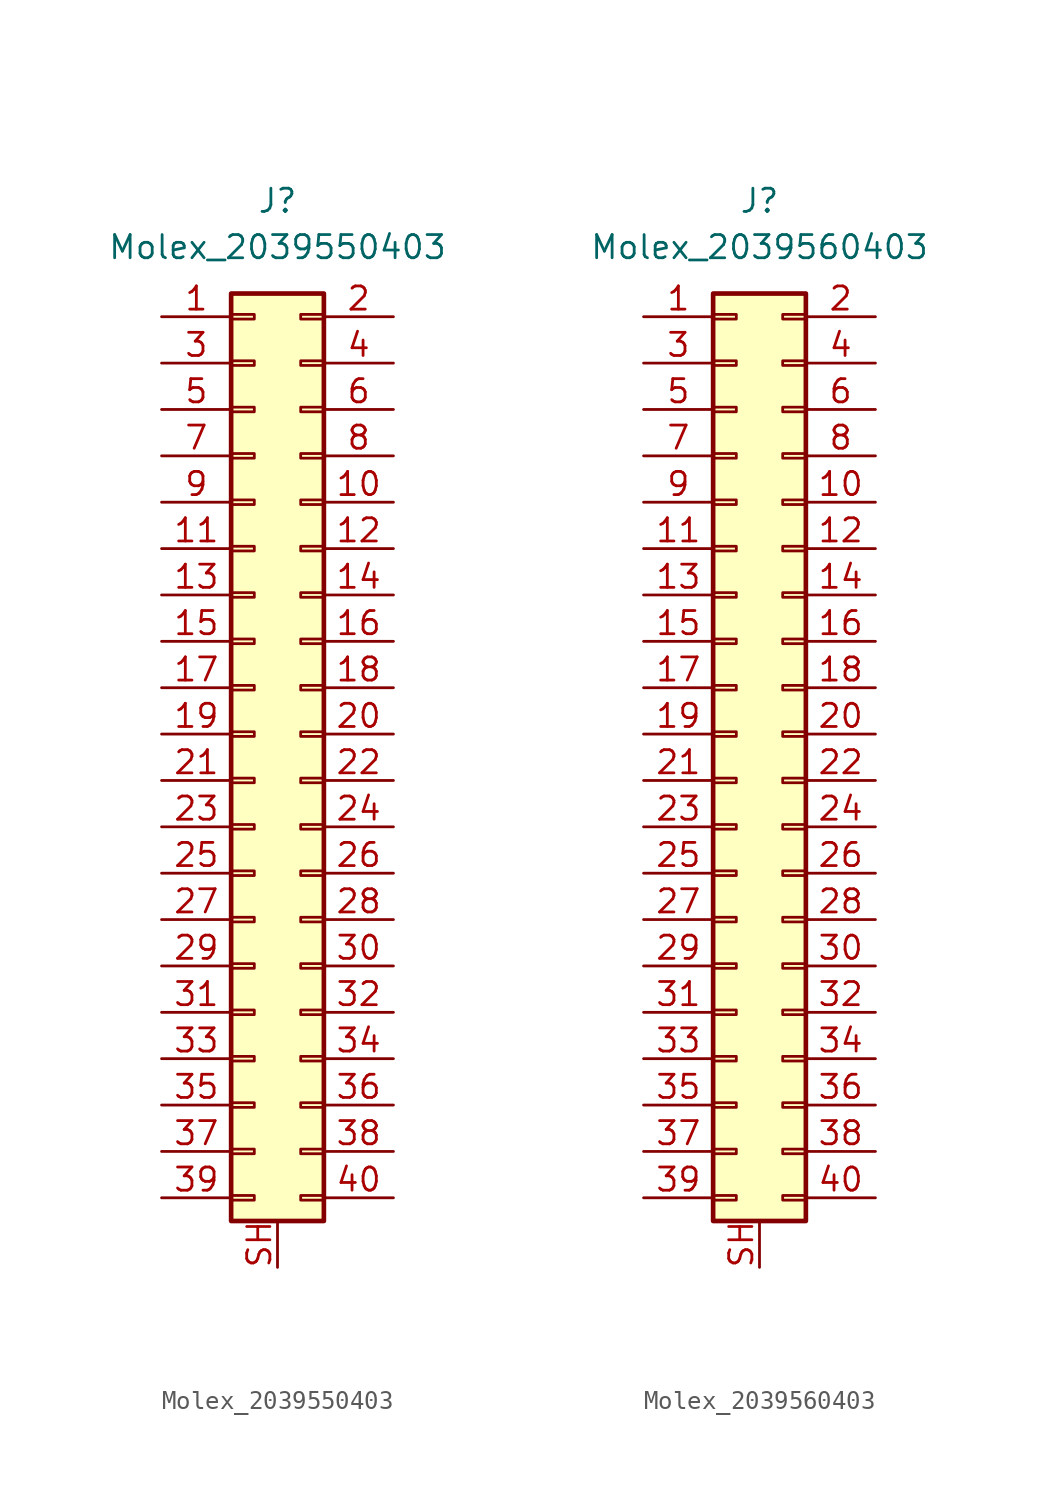
<source format=kicad_sym>
(kicad_symbol_lib
  (version 20211014)
  (generator kicad_symbol_editor)
  (symbol "Molex_2039550403"
    (pin_names
      (offset 1.016) hide)
    (property "Reference" "J"
      (at 0 29.21 0)
      (effects (font (size 1.27 1.27))))
    (property "Value" "Molex_2039550403"
      (at 0 26.67 0)
      (effects (font (size 1.27 1.27))))
    (symbol "Molex_2039550403_1_1"
      (rectangle (start -2.54 -25.273) (end -1.27 -25.527) (stroke (width 0.152) (type default) (color 0 0 0 0)) (fill (type none)))
      (rectangle (start -2.54 -22.733) (end -1.27 -22.987) (stroke (width 0.152) (type default) (color 0 0 0 0)) (fill (type none)))
      (rectangle (start -2.54 -20.193) (end -1.27 -20.447) (stroke (width 0.152) (type default) (color 0 0 0 0)) (fill (type none)))
      (rectangle (start -2.54 -17.653) (end -1.27 -17.907) (stroke (width 0.152) (type default) (color 0 0 0 0)) (fill (type none)))
      (rectangle (start -2.54 -15.113) (end -1.27 -15.367) (stroke (width 0.152) (type default) (color 0 0 0 0)) (fill (type none)))
      (rectangle (start -2.54 -12.573) (end -1.27 -12.827) (stroke (width 0.152) (type default) (color 0 0 0 0)) (fill (type none)))
      (rectangle (start -2.54 -10.033) (end -1.27 -10.287) (stroke (width 0.152) (type default) (color 0 0 0 0)) (fill (type none)))
      (rectangle (start -2.54 -7.493) (end -1.27 -7.747) (stroke (width 0.152) (type default) (color 0 0 0 0)) (fill (type none)))
      (rectangle (start -2.54 -4.953) (end -1.27 -5.207) (stroke (width 0.152) (type default) (color 0 0 0 0)) (fill (type none)))
      (rectangle (start -2.54 -2.413) (end -1.27 -2.667) (stroke (width 0.152) (type default) (color 0 0 0 0)) (fill (type none)))
      (rectangle (start -2.54 0.127) (end -1.27 -0.127) (stroke (width 0.152) (type default) (color 0 0 0 0)) (fill (type none)))
      (rectangle (start -2.54 2.667) (end -1.27 2.413) (stroke (width 0.152) (type default) (color 0 0 0 0)) (fill (type none)))
      (rectangle (start -2.54 5.207) (end -1.27 4.953) (stroke (width 0.152) (type default) (color 0 0 0 0)) (fill (type none)))
      (rectangle (start -2.54 7.747) (end -1.27 7.493) (stroke (width 0.152) (type default) (color 0 0 0 0)) (fill (type none)))
      (rectangle (start -2.54 10.287) (end -1.27 10.033) (stroke (width 0.152) (type default) (color 0 0 0 0)) (fill (type none)))
      (rectangle (start -2.54 12.827) (end -1.27 12.573) (stroke (width 0.152) (type default) (color 0 0 0 0)) (fill (type none)))
      (rectangle (start -2.54 15.367) (end -1.27 15.113) (stroke (width 0.152) (type default) (color 0 0 0 0)) (fill (type none)))
      (rectangle (start -2.54 17.907) (end -1.27 17.653) (stroke (width 0.152) (type default) (color 0 0 0 0)) (fill (type none)))
      (rectangle (start -2.54 20.447) (end -1.27 20.193) (stroke (width 0.152) (type default) (color 0 0 0 0)) (fill (type none)))
      (rectangle (start -2.54 22.987) (end -1.27 22.733) (stroke (width 0.152) (type default) (color 0 0 0 0)) (fill (type none)))
      (rectangle (start -2.54 24.13) (end 2.54 -26.67) (stroke (width 0.254) (type default) (color 0 0 0 0)) (fill (type background)))
      (rectangle (start 2.54 -25.273) (end 1.27 -25.527) (stroke (width 0.152) (type default) (color 0 0 0 0)) (fill (type none)))
      (rectangle (start 2.54 -22.733) (end 1.27 -22.987) (stroke (width 0.152) (type default) (color 0 0 0 0)) (fill (type none)))
      (rectangle (start 2.54 -20.193) (end 1.27 -20.447) (stroke (width 0.152) (type default) (color 0 0 0 0)) (fill (type none)))
      (rectangle (start 2.54 -17.653) (end 1.27 -17.907) (stroke (width 0.152) (type default) (color 0 0 0 0)) (fill (type none)))
      (rectangle (start 2.54 -15.113) (end 1.27 -15.367) (stroke (width 0.152) (type default) (color 0 0 0 0)) (fill (type none)))
      (rectangle (start 2.54 -12.573) (end 1.27 -12.827) (stroke (width 0.152) (type default) (color 0 0 0 0)) (fill (type none)))
      (rectangle (start 2.54 -10.033) (end 1.27 -10.287) (stroke (width 0.152) (type default) (color 0 0 0 0)) (fill (type none)))
      (rectangle (start 2.54 -7.493) (end 1.27 -7.747) (stroke (width 0.152) (type default) (color 0 0 0 0)) (fill (type none)))
      (rectangle (start 2.54 -4.953) (end 1.27 -5.207) (stroke (width 0.152) (type default) (color 0 0 0 0)) (fill (type none)))
      (rectangle (start 2.54 -2.413) (end 1.27 -2.667) (stroke (width 0.152) (type default) (color 0 0 0 0)) (fill (type none)))
      (rectangle (start 2.54 0.127) (end 1.27 -0.127) (stroke (width 0.152) (type default) (color 0 0 0 0)) (fill (type none)))
      (rectangle (start 2.54 2.667) (end 1.27 2.413) (stroke (width 0.152) (type default) (color 0 0 0 0)) (fill (type none)))
      (rectangle (start 2.54 5.207) (end 1.27 4.953) (stroke (width 0.152) (type default) (color 0 0 0 0)) (fill (type none)))
      (rectangle (start 2.54 7.747) (end 1.27 7.493) (stroke (width 0.152) (type default) (color 0 0 0 0)) (fill (type none)))
      (rectangle (start 2.54 10.287) (end 1.27 10.033) (stroke (width 0.152) (type default) (color 0 0 0 0)) (fill (type none)))
      (rectangle (start 2.54 12.827) (end 1.27 12.573) (stroke (width 0.152) (type default) (color 0 0 0 0)) (fill (type none)))
      (rectangle (start 2.54 15.367) (end 1.27 15.113) (stroke (width 0.152) (type default) (color 0 0 0 0)) (fill (type none)))
      (rectangle (start 2.54 17.907) (end 1.27 17.653) (stroke (width 0.152) (type default) (color 0 0 0 0)) (fill (type none)))
      (rectangle (start 2.54 20.447) (end 1.27 20.193) (stroke (width 0.152) (type default) (color 0 0 0 0)) (fill (type none)))
      (rectangle (start 2.54 22.987) (end 1.27 22.733) (stroke (width 0.152) (type default) (color 0 0 0 0)) (fill (type none)))
      (pin passive line (at -6.35 22.86 0) (length 3.81) (name "Pin_1" (effects (font (size 1.27 1.27)))) (number "1" (effects (font (size 1.27 1.27)))))
      (pin passive line (at 6.35 12.7 180) (length 3.81) (name "Pin_10" (effects (font (size 1.27 1.27)))) (number "10" (effects (font (size 1.27 1.27)))))
      (pin passive line (at -6.35 10.16 0) (length 3.81) (name "Pin_11" (effects (font (size 1.27 1.27)))) (number "11" (effects (font (size 1.27 1.27)))))
      (pin passive line (at 6.35 10.16 180) (length 3.81) (name "Pin_12" (effects (font (size 1.27 1.27)))) (number "12" (effects (font (size 1.27 1.27)))))
      (pin passive line (at -6.35 7.62 0) (length 3.81) (name "Pin_13" (effects (font (size 1.27 1.27)))) (number "13" (effects (font (size 1.27 1.27)))))
      (pin passive line (at 6.35 7.62 180) (length 3.81) (name "Pin_14" (effects (font (size 1.27 1.27)))) (number "14" (effects (font (size 1.27 1.27)))))
      (pin passive line (at -6.35 5.08 0) (length 3.81) (name "Pin_15" (effects (font (size 1.27 1.27)))) (number "15" (effects (font (size 1.27 1.27)))))
      (pin passive line (at 6.35 5.08 180) (length 3.81) (name "Pin_16" (effects (font (size 1.27 1.27)))) (number "16" (effects (font (size 1.27 1.27)))))
      (pin passive line (at -6.35 2.54 0) (length 3.81) (name "Pin_17" (effects (font (size 1.27 1.27)))) (number "17" (effects (font (size 1.27 1.27)))))
      (pin passive line (at 6.35 2.54 180) (length 3.81) (name "Pin_18" (effects (font (size 1.27 1.27)))) (number "18" (effects (font (size 1.27 1.27)))))
      (pin passive line (at -6.35 0 0) (length 3.81) (name "Pin_19" (effects (font (size 1.27 1.27)))) (number "19" (effects (font (size 1.27 1.27)))))
      (pin passive line (at 6.35 22.86 180) (length 3.81) (name "Pin_2" (effects (font (size 1.27 1.27)))) (number "2" (effects (font (size 1.27 1.27)))))
      (pin passive line (at 6.35 0 180) (length 3.81) (name "Pin_20" (effects (font (size 1.27 1.27)))) (number "20" (effects (font (size 1.27 1.27)))))
      (pin passive line (at -6.35 -2.54 0) (length 3.81) (name "Pin_21" (effects (font (size 1.27 1.27)))) (number "21" (effects (font (size 1.27 1.27)))))
      (pin passive line (at 6.35 -2.54 180) (length 3.81) (name "Pin_22" (effects (font (size 1.27 1.27)))) (number "22" (effects (font (size 1.27 1.27)))))
      (pin passive line (at -6.35 -5.08 0) (length 3.81) (name "Pin_23" (effects (font (size 1.27 1.27)))) (number "23" (effects (font (size 1.27 1.27)))))
      (pin passive line (at 6.35 -5.08 180) (length 3.81) (name "Pin_24" (effects (font (size 1.27 1.27)))) (number "24" (effects (font (size 1.27 1.27)))))
      (pin passive line (at -6.35 -7.62 0) (length 3.81) (name "Pin_25" (effects (font (size 1.27 1.27)))) (number "25" (effects (font (size 1.27 1.27)))))
      (pin passive line (at 6.35 -7.62 180) (length 3.81) (name "Pin_26" (effects (font (size 1.27 1.27)))) (number "26" (effects (font (size 1.27 1.27)))))
      (pin passive line (at -6.35 -10.16 0) (length 3.81) (name "Pin_27" (effects (font (size 1.27 1.27)))) (number "27" (effects (font (size 1.27 1.27)))))
      (pin passive line (at 6.35 -10.16 180) (length 3.81) (name "Pin_28" (effects (font (size 1.27 1.27)))) (number "28" (effects (font (size 1.27 1.27)))))
      (pin passive line (at -6.35 -12.7 0) (length 3.81) (name "Pin_29" (effects (font (size 1.27 1.27)))) (number "29" (effects (font (size 1.27 1.27)))))
      (pin passive line (at -6.35 20.32 0) (length 3.81) (name "Pin_3" (effects (font (size 1.27 1.27)))) (number "3" (effects (font (size 1.27 1.27)))))
      (pin passive line (at 6.35 -12.7 180) (length 3.81) (name "Pin_30" (effects (font (size 1.27 1.27)))) (number "30" (effects (font (size 1.27 1.27)))))
      (pin passive line (at -6.35 -15.24 0) (length 3.81) (name "Pin_31" (effects (font (size 1.27 1.27)))) (number "31" (effects (font (size 1.27 1.27)))))
      (pin passive line (at 6.35 -15.24 180) (length 3.81) (name "Pin_32" (effects (font (size 1.27 1.27)))) (number "32" (effects (font (size 1.27 1.27)))))
      (pin passive line (at -6.35 -17.78 0) (length 3.81) (name "Pin_33" (effects (font (size 1.27 1.27)))) (number "33" (effects (font (size 1.27 1.27)))))
      (pin passive line (at 6.35 -17.78 180) (length 3.81) (name "Pin_34" (effects (font (size 1.27 1.27)))) (number "34" (effects (font (size 1.27 1.27)))))
      (pin passive line (at -6.35 -20.32 0) (length 3.81) (name "Pin_35" (effects (font (size 1.27 1.27)))) (number "35" (effects (font (size 1.27 1.27)))))
      (pin passive line (at 6.35 -20.32 180) (length 3.81) (name "Pin_36" (effects (font (size 1.27 1.27)))) (number "36" (effects (font (size 1.27 1.27)))))
      (pin passive line (at -6.35 -22.86 0) (length 3.81) (name "Pin_37" (effects (font (size 1.27 1.27)))) (number "37" (effects (font (size 1.27 1.27)))))
      (pin passive line (at 6.35 -22.86 180) (length 3.81) (name "Pin_38" (effects (font (size 1.27 1.27)))) (number "38" (effects (font (size 1.27 1.27)))))
      (pin passive line (at -6.35 -25.4 0) (length 3.81) (name "Pin_39" (effects (font (size 1.27 1.27)))) (number "39" (effects (font (size 1.27 1.27)))))
      (pin passive line (at 6.35 20.32 180) (length 3.81) (name "Pin_4" (effects (font (size 1.27 1.27)))) (number "4" (effects (font (size 1.27 1.27)))))
      (pin passive line (at 6.35 -25.4 180) (length 3.81) (name "Pin_40" (effects (font (size 1.27 1.27)))) (number "40" (effects (font (size 1.27 1.27)))))
      (pin passive line (at -6.35 17.78 0) (length 3.81) (name "Pin_5" (effects (font (size 1.27 1.27)))) (number "5" (effects (font (size 1.27 1.27)))))
      (pin passive line (at 6.35 17.78 180) (length 3.81) (name "Pin_6" (effects (font (size 1.27 1.27)))) (number "6" (effects (font (size 1.27 1.27)))))
      (pin passive line (at -6.35 15.24 0) (length 3.81) (name "Pin_7" (effects (font (size 1.27 1.27)))) (number "7" (effects (font (size 1.27 1.27)))))
      (pin passive line (at 6.35 15.24 180) (length 3.81) (name "Pin_8" (effects (font (size 1.27 1.27)))) (number "8" (effects (font (size 1.27 1.27)))))
      (pin passive line (at -6.35 12.7 0) (length 3.81) (name "Pin_9" (effects (font (size 1.27 1.27)))) (number "9" (effects (font (size 1.27 1.27)))))
      (pin input line (at 0 -29.21 90) (length 2.54) (name "SH" (effects (font (size 1.27 1.27)))) (number "SH" (effects (font (size 1.27 1.27)))))))
  (symbol "Molex_2039560403"
    (pin_names
      (offset 1.016) hide)
    (property "Reference" "J"
      (at 0 29.21 0)
      (effects (font (size 1.27 1.27))))
    (property "Value" "Molex_2039560403"
      (at 0 26.67 0)
      (effects (font (size 1.27 1.27))))
    (symbol "Molex_2039560403_1_1"
      (rectangle (start -2.54 -25.273) (end -1.27 -25.527) (stroke (width 0.152) (type default) (color 0 0 0 0)) (fill (type none)))
      (rectangle (start -2.54 -22.733) (end -1.27 -22.987) (stroke (width 0.152) (type default) (color 0 0 0 0)) (fill (type none)))
      (rectangle (start -2.54 -20.193) (end -1.27 -20.447) (stroke (width 0.152) (type default) (color 0 0 0 0)) (fill (type none)))
      (rectangle (start -2.54 -17.653) (end -1.27 -17.907) (stroke (width 0.152) (type default) (color 0 0 0 0)) (fill (type none)))
      (rectangle (start -2.54 -15.113) (end -1.27 -15.367) (stroke (width 0.152) (type default) (color 0 0 0 0)) (fill (type none)))
      (rectangle (start -2.54 -12.573) (end -1.27 -12.827) (stroke (width 0.152) (type default) (color 0 0 0 0)) (fill (type none)))
      (rectangle (start -2.54 -10.033) (end -1.27 -10.287) (stroke (width 0.152) (type default) (color 0 0 0 0)) (fill (type none)))
      (rectangle (start -2.54 -7.493) (end -1.27 -7.747) (stroke (width 0.152) (type default) (color 0 0 0 0)) (fill (type none)))
      (rectangle (start -2.54 -4.953) (end -1.27 -5.207) (stroke (width 0.152) (type default) (color 0 0 0 0)) (fill (type none)))
      (rectangle (start -2.54 -2.413) (end -1.27 -2.667) (stroke (width 0.152) (type default) (color 0 0 0 0)) (fill (type none)))
      (rectangle (start -2.54 0.127) (end -1.27 -0.127) (stroke (width 0.152) (type default) (color 0 0 0 0)) (fill (type none)))
      (rectangle (start -2.54 2.667) (end -1.27 2.413) (stroke (width 0.152) (type default) (color 0 0 0 0)) (fill (type none)))
      (rectangle (start -2.54 5.207) (end -1.27 4.953) (stroke (width 0.152) (type default) (color 0 0 0 0)) (fill (type none)))
      (rectangle (start -2.54 7.747) (end -1.27 7.493) (stroke (width 0.152) (type default) (color 0 0 0 0)) (fill (type none)))
      (rectangle (start -2.54 10.287) (end -1.27 10.033) (stroke (width 0.152) (type default) (color 0 0 0 0)) (fill (type none)))
      (rectangle (start -2.54 12.827) (end -1.27 12.573) (stroke (width 0.152) (type default) (color 0 0 0 0)) (fill (type none)))
      (rectangle (start -2.54 15.367) (end -1.27 15.113) (stroke (width 0.152) (type default) (color 0 0 0 0)) (fill (type none)))
      (rectangle (start -2.54 17.907) (end -1.27 17.653) (stroke (width 0.152) (type default) (color 0 0 0 0)) (fill (type none)))
      (rectangle (start -2.54 20.447) (end -1.27 20.193) (stroke (width 0.152) (type default) (color 0 0 0 0)) (fill (type none)))
      (rectangle (start -2.54 22.987) (end -1.27 22.733) (stroke (width 0.152) (type default) (color 0 0 0 0)) (fill (type none)))
      (rectangle (start -2.54 24.13) (end 2.54 -26.67) (stroke (width 0.254) (type default) (color 0 0 0 0)) (fill (type background)))
      (rectangle (start 2.54 -25.273) (end 1.27 -25.527) (stroke (width 0.152) (type default) (color 0 0 0 0)) (fill (type none)))
      (rectangle (start 2.54 -22.733) (end 1.27 -22.987) (stroke (width 0.152) (type default) (color 0 0 0 0)) (fill (type none)))
      (rectangle (start 2.54 -20.193) (end 1.27 -20.447) (stroke (width 0.152) (type default) (color 0 0 0 0)) (fill (type none)))
      (rectangle (start 2.54 -17.653) (end 1.27 -17.907) (stroke (width 0.152) (type default) (color 0 0 0 0)) (fill (type none)))
      (rectangle (start 2.54 -15.113) (end 1.27 -15.367) (stroke (width 0.152) (type default) (color 0 0 0 0)) (fill (type none)))
      (rectangle (start 2.54 -12.573) (end 1.27 -12.827) (stroke (width 0.152) (type default) (color 0 0 0 0)) (fill (type none)))
      (rectangle (start 2.54 -10.033) (end 1.27 -10.287) (stroke (width 0.152) (type default) (color 0 0 0 0)) (fill (type none)))
      (rectangle (start 2.54 -7.493) (end 1.27 -7.747) (stroke (width 0.152) (type default) (color 0 0 0 0)) (fill (type none)))
      (rectangle (start 2.54 -4.953) (end 1.27 -5.207) (stroke (width 0.152) (type default) (color 0 0 0 0)) (fill (type none)))
      (rectangle (start 2.54 -2.413) (end 1.27 -2.667) (stroke (width 0.152) (type default) (color 0 0 0 0)) (fill (type none)))
      (rectangle (start 2.54 0.127) (end 1.27 -0.127) (stroke (width 0.152) (type default) (color 0 0 0 0)) (fill (type none)))
      (rectangle (start 2.54 2.667) (end 1.27 2.413) (stroke (width 0.152) (type default) (color 0 0 0 0)) (fill (type none)))
      (rectangle (start 2.54 5.207) (end 1.27 4.953) (stroke (width 0.152) (type default) (color 0 0 0 0)) (fill (type none)))
      (rectangle (start 2.54 7.747) (end 1.27 7.493) (stroke (width 0.152) (type default) (color 0 0 0 0)) (fill (type none)))
      (rectangle (start 2.54 10.287) (end 1.27 10.033) (stroke (width 0.152) (type default) (color 0 0 0 0)) (fill (type none)))
      (rectangle (start 2.54 12.827) (end 1.27 12.573) (stroke (width 0.152) (type default) (color 0 0 0 0)) (fill (type none)))
      (rectangle (start 2.54 15.367) (end 1.27 15.113) (stroke (width 0.152) (type default) (color 0 0 0 0)) (fill (type none)))
      (rectangle (start 2.54 17.907) (end 1.27 17.653) (stroke (width 0.152) (type default) (color 0 0 0 0)) (fill (type none)))
      (rectangle (start 2.54 20.447) (end 1.27 20.193) (stroke (width 0.152) (type default) (color 0 0 0 0)) (fill (type none)))
      (rectangle (start 2.54 22.987) (end 1.27 22.733) (stroke (width 0.152) (type default) (color 0 0 0 0)) (fill (type none)))
      (pin passive line (at -6.35 22.86 0) (length 3.81) (name "Pin_1" (effects (font (size 1.27 1.27)))) (number "1" (effects (font (size 1.27 1.27)))))
      (pin passive line (at 6.35 12.7 180) (length 3.81) (name "Pin_10" (effects (font (size 1.27 1.27)))) (number "10" (effects (font (size 1.27 1.27)))))
      (pin passive line (at -6.35 10.16 0) (length 3.81) (name "Pin_11" (effects (font (size 1.27 1.27)))) (number "11" (effects (font (size 1.27 1.27)))))
      (pin passive line (at 6.35 10.16 180) (length 3.81) (name "Pin_12" (effects (font (size 1.27 1.27)))) (number "12" (effects (font (size 1.27 1.27)))))
      (pin passive line (at -6.35 7.62 0) (length 3.81) (name "Pin_13" (effects (font (size 1.27 1.27)))) (number "13" (effects (font (size 1.27 1.27)))))
      (pin passive line (at 6.35 7.62 180) (length 3.81) (name "Pin_14" (effects (font (size 1.27 1.27)))) (number "14" (effects (font (size 1.27 1.27)))))
      (pin passive line (at -6.35 5.08 0) (length 3.81) (name "Pin_15" (effects (font (size 1.27 1.27)))) (number "15" (effects (font (size 1.27 1.27)))))
      (pin passive line (at 6.35 5.08 180) (length 3.81) (name "Pin_16" (effects (font (size 1.27 1.27)))) (number "16" (effects (font (size 1.27 1.27)))))
      (pin passive line (at -6.35 2.54 0) (length 3.81) (name "Pin_17" (effects (font (size 1.27 1.27)))) (number "17" (effects (font (size 1.27 1.27)))))
      (pin passive line (at 6.35 2.54 180) (length 3.81) (name "Pin_18" (effects (font (size 1.27 1.27)))) (number "18" (effects (font (size 1.27 1.27)))))
      (pin passive line (at -6.35 0 0) (length 3.81) (name "Pin_19" (effects (font (size 1.27 1.27)))) (number "19" (effects (font (size 1.27 1.27)))))
      (pin passive line (at 6.35 22.86 180) (length 3.81) (name "Pin_2" (effects (font (size 1.27 1.27)))) (number "2" (effects (font (size 1.27 1.27)))))
      (pin passive line (at 6.35 0 180) (length 3.81) (name "Pin_20" (effects (font (size 1.27 1.27)))) (number "20" (effects (font (size 1.27 1.27)))))
      (pin passive line (at -6.35 -2.54 0) (length 3.81) (name "Pin_21" (effects (font (size 1.27 1.27)))) (number "21" (effects (font (size 1.27 1.27)))))
      (pin passive line (at 6.35 -2.54 180) (length 3.81) (name "Pin_22" (effects (font (size 1.27 1.27)))) (number "22" (effects (font (size 1.27 1.27)))))
      (pin passive line (at -6.35 -5.08 0) (length 3.81) (name "Pin_23" (effects (font (size 1.27 1.27)))) (number "23" (effects (font (size 1.27 1.27)))))
      (pin passive line (at 6.35 -5.08 180) (length 3.81) (name "Pin_24" (effects (font (size 1.27 1.27)))) (number "24" (effects (font (size 1.27 1.27)))))
      (pin passive line (at -6.35 -7.62 0) (length 3.81) (name "Pin_25" (effects (font (size 1.27 1.27)))) (number "25" (effects (font (size 1.27 1.27)))))
      (pin passive line (at 6.35 -7.62 180) (length 3.81) (name "Pin_26" (effects (font (size 1.27 1.27)))) (number "26" (effects (font (size 1.27 1.27)))))
      (pin passive line (at -6.35 -10.16 0) (length 3.81) (name "Pin_27" (effects (font (size 1.27 1.27)))) (number "27" (effects (font (size 1.27 1.27)))))
      (pin passive line (at 6.35 -10.16 180) (length 3.81) (name "Pin_28" (effects (font (size 1.27 1.27)))) (number "28" (effects (font (size 1.27 1.27)))))
      (pin passive line (at -6.35 -12.7 0) (length 3.81) (name "Pin_29" (effects (font (size 1.27 1.27)))) (number "29" (effects (font (size 1.27 1.27)))))
      (pin passive line (at -6.35 20.32 0) (length 3.81) (name "Pin_3" (effects (font (size 1.27 1.27)))) (number "3" (effects (font (size 1.27 1.27)))))
      (pin passive line (at 6.35 -12.7 180) (length 3.81) (name "Pin_30" (effects (font (size 1.27 1.27)))) (number "30" (effects (font (size 1.27 1.27)))))
      (pin passive line (at -6.35 -15.24 0) (length 3.81) (name "Pin_31" (effects (font (size 1.27 1.27)))) (number "31" (effects (font (size 1.27 1.27)))))
      (pin passive line (at 6.35 -15.24 180) (length 3.81) (name "Pin_32" (effects (font (size 1.27 1.27)))) (number "32" (effects (font (size 1.27 1.27)))))
      (pin passive line (at -6.35 -17.78 0) (length 3.81) (name "Pin_33" (effects (font (size 1.27 1.27)))) (number "33" (effects (font (size 1.27 1.27)))))
      (pin passive line (at 6.35 -17.78 180) (length 3.81) (name "Pin_34" (effects (font (size 1.27 1.27)))) (number "34" (effects (font (size 1.27 1.27)))))
      (pin passive line (at -6.35 -20.32 0) (length 3.81) (name "Pin_35" (effects (font (size 1.27 1.27)))) (number "35" (effects (font (size 1.27 1.27)))))
      (pin passive line (at 6.35 -20.32 180) (length 3.81) (name "Pin_36" (effects (font (size 1.27 1.27)))) (number "36" (effects (font (size 1.27 1.27)))))
      (pin passive line (at -6.35 -22.86 0) (length 3.81) (name "Pin_37" (effects (font (size 1.27 1.27)))) (number "37" (effects (font (size 1.27 1.27)))))
      (pin passive line (at 6.35 -22.86 180) (length 3.81) (name "Pin_38" (effects (font (size 1.27 1.27)))) (number "38" (effects (font (size 1.27 1.27)))))
      (pin passive line (at -6.35 -25.4 0) (length 3.81) (name "Pin_39" (effects (font (size 1.27 1.27)))) (number "39" (effects (font (size 1.27 1.27)))))
      (pin passive line (at 6.35 20.32 180) (length 3.81) (name "Pin_4" (effects (font (size 1.27 1.27)))) (number "4" (effects (font (size 1.27 1.27)))))
      (pin passive line (at 6.35 -25.4 180) (length 3.81) (name "Pin_40" (effects (font (size 1.27 1.27)))) (number "40" (effects (font (size 1.27 1.27)))))
      (pin passive line (at -6.35 17.78 0) (length 3.81) (name "Pin_5" (effects (font (size 1.27 1.27)))) (number "5" (effects (font (size 1.27 1.27)))))
      (pin passive line (at 6.35 17.78 180) (length 3.81) (name "Pin_6" (effects (font (size 1.27 1.27)))) (number "6" (effects (font (size 1.27 1.27)))))
      (pin passive line (at -6.35 15.24 0) (length 3.81) (name "Pin_7" (effects (font (size 1.27 1.27)))) (number "7" (effects (font (size 1.27 1.27)))))
      (pin passive line (at 6.35 15.24 180) (length 3.81) (name "Pin_8" (effects (font (size 1.27 1.27)))) (number "8" (effects (font (size 1.27 1.27)))))
      (pin passive line (at -6.35 12.7 0) (length 3.81) (name "Pin_9" (effects (font (size 1.27 1.27)))) (number "9" (effects (font (size 1.27 1.27)))))
      (pin input line (at 0 -29.21 90) (length 2.54) (name "SH" (effects (font (size 1.27 1.27)))) (number "SH" (effects (font (size 1.27 1.27))))))))
</source>
